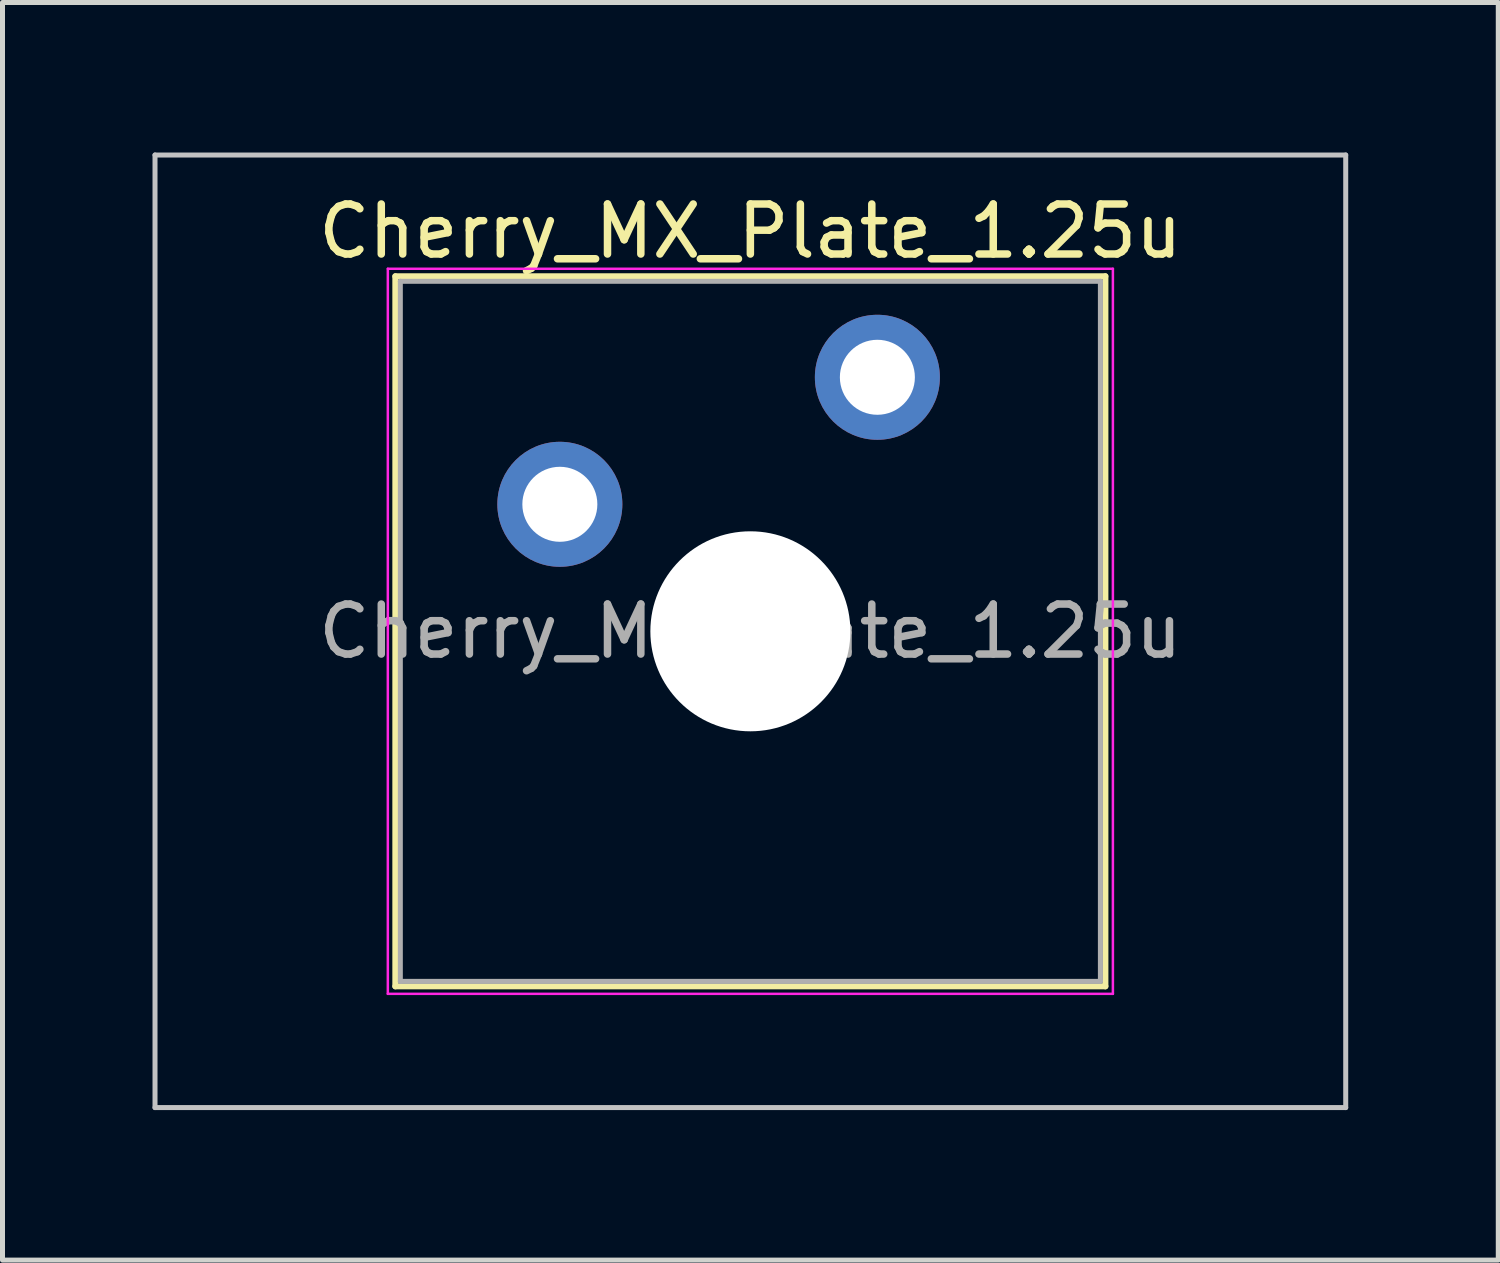
<source format=kicad_pcb>
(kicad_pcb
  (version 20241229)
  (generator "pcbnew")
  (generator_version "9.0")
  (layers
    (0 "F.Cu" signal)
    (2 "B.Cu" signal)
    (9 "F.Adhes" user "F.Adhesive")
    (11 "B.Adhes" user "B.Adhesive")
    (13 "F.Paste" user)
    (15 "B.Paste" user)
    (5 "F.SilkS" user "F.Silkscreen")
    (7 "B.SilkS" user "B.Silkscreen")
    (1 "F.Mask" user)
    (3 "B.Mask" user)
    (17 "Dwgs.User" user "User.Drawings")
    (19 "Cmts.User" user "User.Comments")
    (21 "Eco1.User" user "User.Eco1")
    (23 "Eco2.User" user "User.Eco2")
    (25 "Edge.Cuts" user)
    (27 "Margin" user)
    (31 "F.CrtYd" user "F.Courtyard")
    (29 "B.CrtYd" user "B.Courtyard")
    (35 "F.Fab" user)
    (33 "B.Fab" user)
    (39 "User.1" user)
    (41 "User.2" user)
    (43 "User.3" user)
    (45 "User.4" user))
  (footprint "Cherry_MX_Plate_1.25u"
    (layer "F.Cu")
    (at 11.956 9.575)
    (property "Reference" "Cherry_MX_Plate_1.25u" (at 0 -8 0) (layer "F.SilkS") (effects (font (size 1 1) (thickness 0.15))))
    (attr through_hole)
    (fp_line (start -7.1 -7.1) (end -7.1 7.1) (stroke (width 0.12) (type solid)) (layer "F.SilkS"))
    (fp_line (start -7.1 7.1) (end 7.1 7.1) (stroke (width 0.12) (type solid)) (layer "F.SilkS"))
    (fp_line (start 7.1 -7.1) (end -7.1 -7.1) (stroke (width 0.12) (type solid)) (layer "F.SilkS"))
    (fp_line (start 7.1 7.1) (end 7.1 -7.1) (stroke (width 0.12) (type solid)) (layer "F.SilkS"))
    (fp_line (start -11.906 -9.525) (end -11.906 9.525) (stroke (width 0.1) (type solid)) (layer "Dwgs.User"))
    (fp_line (start -11.906 9.525) (end 11.906 9.525) (stroke (width 0.1) (type solid)) (layer "Dwgs.User"))
    (fp_line (start 11.906 -9.525) (end -11.906 -9.525) (stroke (width 0.1) (type solid)) (layer "Dwgs.User"))
    (fp_line (start 11.906 9.525) (end 11.906 -9.525) (stroke (width 0.1) (type solid)) (layer "Dwgs.User"))
    (fp_line (start -7 -7) (end -7 7) (stroke (width 0.1) (type solid)) (layer "Eco1.User"))
    (fp_line (start -7 7) (end 7 7) (stroke (width 0.1) (type solid)) (layer "Eco1.User"))
    (fp_line (start 7 -7) (end -7 -7) (stroke (width 0.1) (type solid)) (layer "Eco1.User"))
    (fp_line (start 7 7) (end 7 -7) (stroke (width 0.1) (type solid)) (layer "Eco1.User"))
    (fp_line (start -7.25 -7.25) (end -7.25 7.25) (stroke (width 0.05) (type solid)) (layer "F.CrtYd"))
    (fp_line (start -7.25 7.25) (end 7.25 7.25) (stroke (width 0.05) (type solid)) (layer "F.CrtYd"))
    (fp_line (start 7.25 -7.25) (end -7.25 -7.25) (stroke (width 0.05) (type solid)) (layer "F.CrtYd"))
    (fp_line (start 7.25 7.25) (end 7.25 -7.25) (stroke (width 0.05) (type solid)) (layer "F.CrtYd"))
    (fp_line (start -7 -7) (end -7 7) (stroke (width 0.1) (type solid)) (layer "F.Fab"))
    (fp_line (start -7 7) (end 7 7) (stroke (width 0.1) (type solid)) (layer "F.Fab"))
    (fp_line (start 7 -7) (end -7 -7) (stroke (width 0.1) (type solid)) (layer "F.Fab"))
    (fp_line (start 7 7) (end 7 -7) (stroke (width 0.1) (type solid)) (layer "F.Fab"))
    (fp_text user "${REFERENCE}" (at 0 0 0) (layer "F.Fab") (effects (font (size 1 1) (thickness 0.15))))
    (pad "" np_thru_hole circle (at 0 0) (size 4 4) (drill 4) (layers "*.Cu" "*.Mask"))
    (pad "1" thru_hole circle (at -3.81 -2.54) (size 2.5 2.5) (drill 1.5) (layers "*.Cu" "*.Mask"))
    (pad "2" thru_hole circle (at 2.54 -5.08) (size 2.5 2.5) (drill 1.5) (layers "*.Cu" "*.Mask")))
  (gr_rect
    (start -3 -3)
    (end 26.913 22.15)
    (stroke (width 0.1) (type default))
    (fill no)
    (layer "Edge.Cuts")))
</source>
